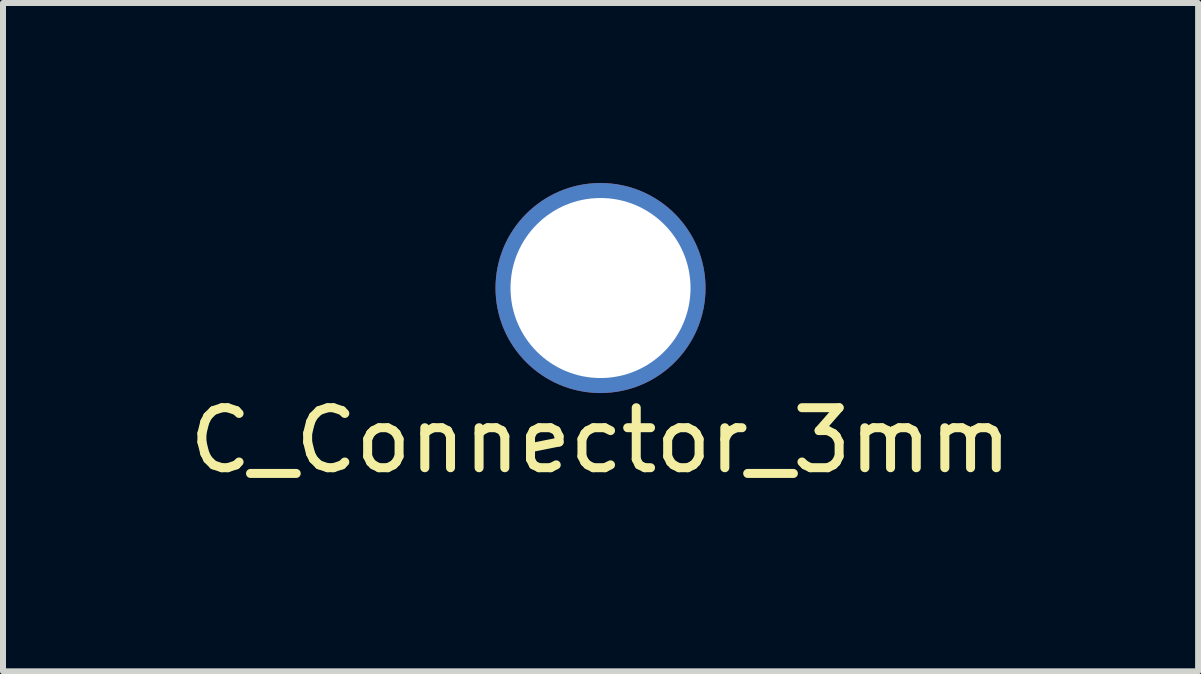
<source format=kicad_pcb>
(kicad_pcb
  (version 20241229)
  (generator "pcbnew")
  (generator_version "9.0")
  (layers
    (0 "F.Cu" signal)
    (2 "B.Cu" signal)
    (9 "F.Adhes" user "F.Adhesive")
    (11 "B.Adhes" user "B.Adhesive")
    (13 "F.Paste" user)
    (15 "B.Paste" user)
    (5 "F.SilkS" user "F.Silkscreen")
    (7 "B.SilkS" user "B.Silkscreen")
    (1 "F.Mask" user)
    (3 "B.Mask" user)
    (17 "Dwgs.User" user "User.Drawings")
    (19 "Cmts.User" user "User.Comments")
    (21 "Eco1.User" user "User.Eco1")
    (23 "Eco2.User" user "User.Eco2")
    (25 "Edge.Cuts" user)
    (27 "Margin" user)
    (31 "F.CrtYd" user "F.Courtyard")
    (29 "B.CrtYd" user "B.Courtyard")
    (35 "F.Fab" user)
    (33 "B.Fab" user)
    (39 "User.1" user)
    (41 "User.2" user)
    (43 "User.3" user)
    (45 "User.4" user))
  (footprint "C_Connector_3mm"
    (layer "F.Cu")
    (at 6.958 1.75)
    (property "Reference" "C_Connector_3mm" (at 0 2.54 0) (layer "F.SilkS") (effects (font (size 1 1) (thickness 0.15))))
    (attr through_hole)
    (pad "1" thru_hole circle (at 0 0) (size 3.5 3.5) (drill 3) (layers "*.Cu" "*.Mask")))
  (gr_rect
    (start -3 -3)
    (end 16.917 8.138)
    (stroke (width 0.1) (type default))
    (fill no)
    (layer "Edge.Cuts")))
</source>
